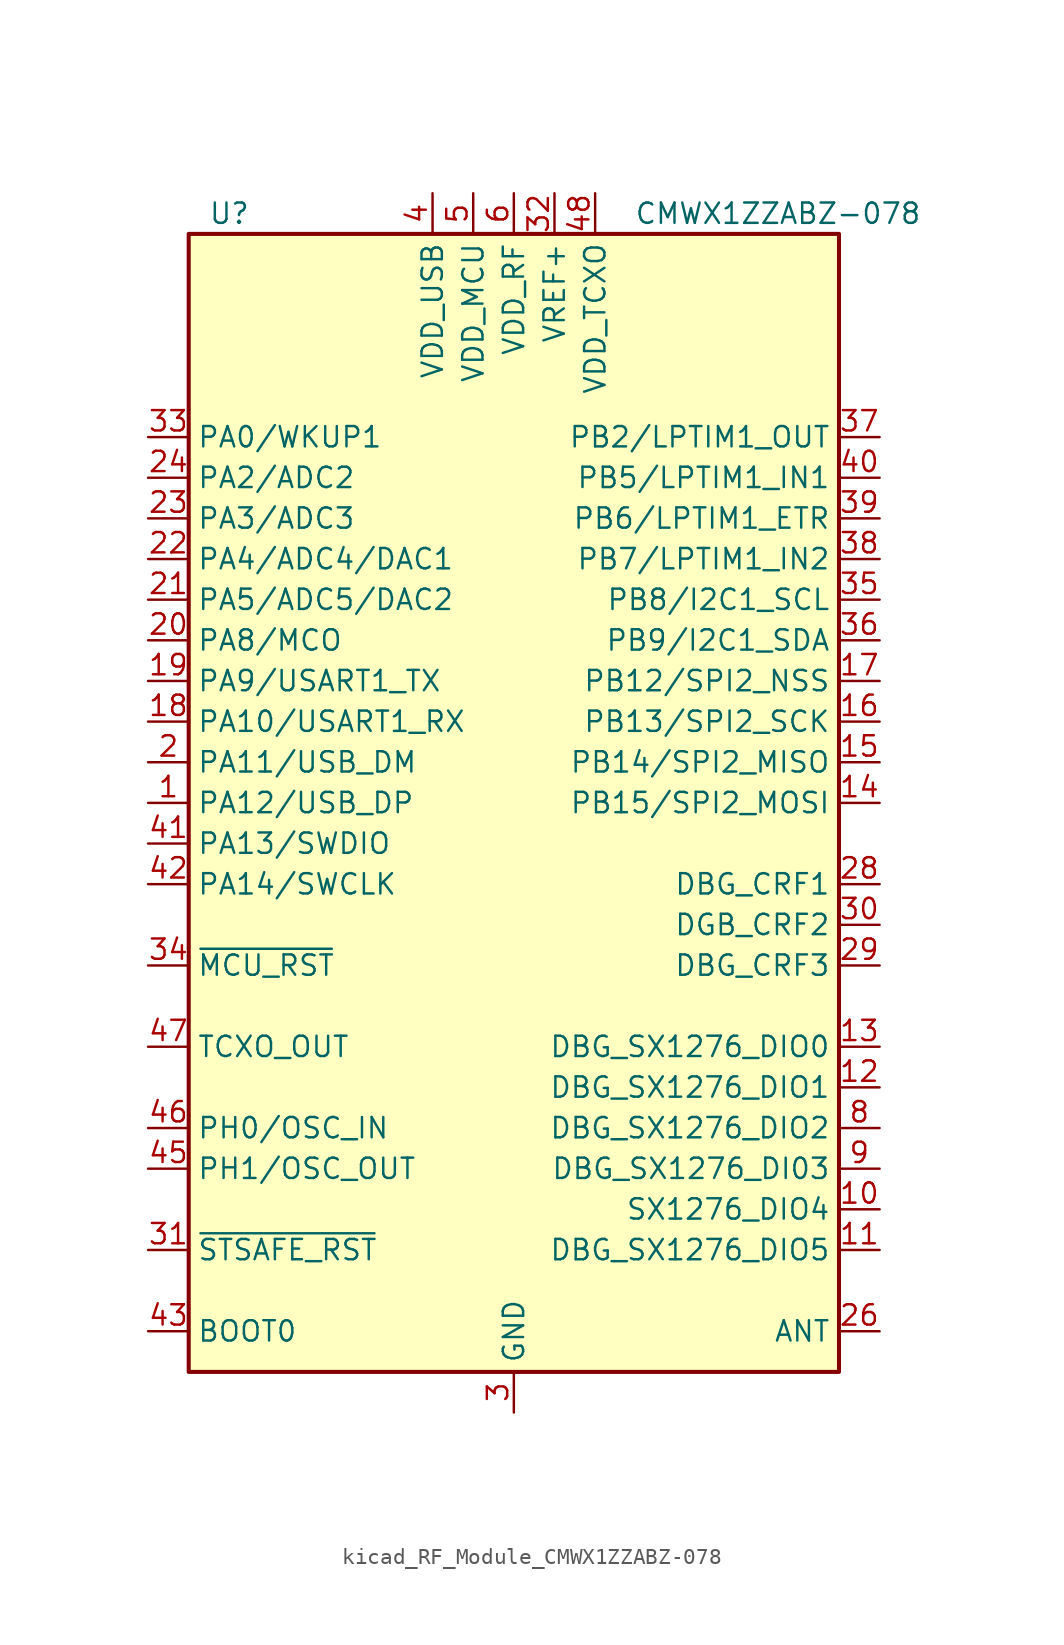
<source format=kicad_sym>
(kicad_symbol_lib
  (version 20220914)
  (generator kicad_symbol_editor)
  (symbol "kicad_RF_Module_CMWX1ZZABZ-078"
    (property "Reference" "U"
      (at -17.78 36.83 0)
      (effects (font (size 1.27 1.27))))
    (property "Value" "CMWX1ZZABZ-078"
      (at 16.51 36.83 0)
      (effects (font (size 1.27 1.27))))
    (symbol "kicad_RF_Module_CMWX1ZZABZ-078_0_1"
      (rectangle (start -20.32 35.56) (end 20.32 -35.56) (stroke (width 0.254) (type default)) (fill (type background))))
    (symbol "kicad_RF_Module_CMWX1ZZABZ-078_1_1"
      (pin bidirectional line (at -22.86 0 0) (length 2.54) (name "PA12/USB_DP" (effects (font (size 1.27 1.27)))) (number "1" (effects (font (size 1.27 1.27)))))
      (pin bidirectional line (at 22.86 -25.4 180) (length 2.54) (name "SX1276_DIO4" (effects (font (size 1.27 1.27)))) (number "10" (effects (font (size 1.27 1.27)))))
      (pin bidirectional line (at 22.86 -27.94 180) (length 2.54) (name "DBG_SX1276_DIO5" (effects (font (size 1.27 1.27)))) (number "11" (effects (font (size 1.27 1.27)))))
      (pin bidirectional line (at 22.86 -17.78 180) (length 2.54) (name "DBG_SX1276_DIO1" (effects (font (size 1.27 1.27)))) (number "12" (effects (font (size 1.27 1.27)))))
      (pin bidirectional line (at 22.86 -15.24 180) (length 2.54) (name "DBG_SX1276_DIO0" (effects (font (size 1.27 1.27)))) (number "13" (effects (font (size 1.27 1.27)))))
      (pin bidirectional line (at 22.86 0 180) (length 2.54) (name "PB15/SPI2_MOSI" (effects (font (size 1.27 1.27)))) (number "14" (effects (font (size 1.27 1.27)))))
      (pin bidirectional line (at 22.86 2.54 180) (length 2.54) (name "PB14/SPI2_MISO" (effects (font (size 1.27 1.27)))) (number "15" (effects (font (size 1.27 1.27)))))
      (pin bidirectional line (at 22.86 5.08 180) (length 2.54) (name "PB13/SPI2_SCK" (effects (font (size 1.27 1.27)))) (number "16" (effects (font (size 1.27 1.27)))))
      (pin bidirectional line (at 22.86 7.62 180) (length 2.54) (name "PB12/SPI2_NSS" (effects (font (size 1.27 1.27)))) (number "17" (effects (font (size 1.27 1.27)))))
      (pin bidirectional line (at -22.86 5.08 0) (length 2.54) (name "PA10/USART1_RX" (effects (font (size 1.27 1.27)))) (number "18" (effects (font (size 1.27 1.27)))))
      (pin bidirectional line (at -22.86 7.62 0) (length 2.54) (name "PA9/USART1_TX" (effects (font (size 1.27 1.27)))) (number "19" (effects (font (size 1.27 1.27)))))
      (pin bidirectional line (at -22.86 2.54 0) (length 2.54) (name "PA11/USB_DM" (effects (font (size 1.27 1.27)))) (number "2" (effects (font (size 1.27 1.27)))))
      (pin bidirectional line (at -22.86 10.16 0) (length 2.54) (name "PA8/MCO" (effects (font (size 1.27 1.27)))) (number "20" (effects (font (size 1.27 1.27)))))
      (pin bidirectional line (at -22.86 12.7 0) (length 2.54) (name "PA5/ADC5/DAC2" (effects (font (size 1.27 1.27)))) (number "21" (effects (font (size 1.27 1.27)))))
      (pin bidirectional line (at -22.86 15.24 0) (length 2.54) (name "PA4/ADC4/DAC1" (effects (font (size 1.27 1.27)))) (number "22" (effects (font (size 1.27 1.27)))))
      (pin bidirectional line (at -22.86 17.78 0) (length 2.54) (name "PA3/ADC3" (effects (font (size 1.27 1.27)))) (number "23" (effects (font (size 1.27 1.27)))))
      (pin bidirectional line (at -22.86 20.32 0) (length 2.54) (name "PA2/ADC2" (effects (font (size 1.27 1.27)))) (number "24" (effects (font (size 1.27 1.27)))))
      (pin passive line (at 0 -38.1 90) (length 2.54) hide (name "GND" (effects (font (size 1.27 1.27)))) (number "25" (effects (font (size 1.27 1.27)))))
      (pin passive line (at 22.86 -33.02 180) (length 2.54) (name "ANT" (effects (font (size 1.27 1.27)))) (number "26" (effects (font (size 1.27 1.27)))))
      (pin passive line (at 0 -38.1 90) (length 2.54) hide (name "GND" (effects (font (size 1.27 1.27)))) (number "27" (effects (font (size 1.27 1.27)))))
      (pin passive line (at 22.86 -5.08 180) (length 2.54) (name "DBG_CRF1" (effects (font (size 1.27 1.27)))) (number "28" (effects (font (size 1.27 1.27)))))
      (pin passive line (at 22.86 -10.16 180) (length 2.54) (name "DBG_CRF3" (effects (font (size 1.27 1.27)))) (number "29" (effects (font (size 1.27 1.27)))))
      (pin power_in line (at 0 -38.1 90) (length 2.54) (name "GND" (effects (font (size 1.27 1.27)))) (number "3" (effects (font (size 1.27 1.27)))))
      (pin passive line (at 22.86 -7.62 180) (length 2.54) (name "DGB_CRF2" (effects (font (size 1.27 1.27)))) (number "30" (effects (font (size 1.27 1.27)))))
      (pin passive line (at -22.86 -27.94 0) (length 2.54) (name "~{STSAFE_RST}" (effects (font (size 1.27 1.27)))) (number "31" (effects (font (size 1.27 1.27)))))
      (pin power_in line (at 2.54 38.1 270) (length 2.54) (name "VREF+" (effects (font (size 1.27 1.27)))) (number "32" (effects (font (size 1.27 1.27)))))
      (pin bidirectional line (at -22.86 22.86 0) (length 2.54) (name "PA0/WKUP1" (effects (font (size 1.27 1.27)))) (number "33" (effects (font (size 1.27 1.27)))))
      (pin input line (at -22.86 -10.16 0) (length 2.54) (name "~{MCU_RST}" (effects (font (size 1.27 1.27)))) (number "34" (effects (font (size 1.27 1.27)))))
      (pin bidirectional line (at 22.86 12.7 180) (length 2.54) (name "PB8/I2C1_SCL" (effects (font (size 1.27 1.27)))) (number "35" (effects (font (size 1.27 1.27)))))
      (pin bidirectional line (at 22.86 10.16 180) (length 2.54) (name "PB9/I2C1_SDA" (effects (font (size 1.27 1.27)))) (number "36" (effects (font (size 1.27 1.27)))))
      (pin bidirectional line (at 22.86 22.86 180) (length 2.54) (name "PB2/LPTIM1_OUT" (effects (font (size 1.27 1.27)))) (number "37" (effects (font (size 1.27 1.27)))))
      (pin bidirectional line (at 22.86 15.24 180) (length 2.54) (name "PB7/LPTIM1_IN2" (effects (font (size 1.27 1.27)))) (number "38" (effects (font (size 1.27 1.27)))))
      (pin bidirectional line (at 22.86 17.78 180) (length 2.54) (name "PB6/LPTIM1_ETR" (effects (font (size 1.27 1.27)))) (number "39" (effects (font (size 1.27 1.27)))))
      (pin power_in line (at -5.08 38.1 270) (length 2.54) (name "VDD_USB" (effects (font (size 1.27 1.27)))) (number "4" (effects (font (size 1.27 1.27)))))
      (pin bidirectional line (at 22.86 20.32 180) (length 2.54) (name "PB5/LPTIM1_IN1" (effects (font (size 1.27 1.27)))) (number "40" (effects (font (size 1.27 1.27)))))
      (pin bidirectional line (at -22.86 -2.54 0) (length 2.54) (name "PA13/SWDIO" (effects (font (size 1.27 1.27)))) (number "41" (effects (font (size 1.27 1.27)))))
      (pin bidirectional line (at -22.86 -5.08 0) (length 2.54) (name "PA14/SWCLK" (effects (font (size 1.27 1.27)))) (number "42" (effects (font (size 1.27 1.27)))))
      (pin input line (at -22.86 -33.02 0) (length 2.54) (name "BOOT0" (effects (font (size 1.27 1.27)))) (number "43" (effects (font (size 1.27 1.27)))))
      (pin passive line (at 0 -38.1 90) (length 2.54) hide (name "GND" (effects (font (size 1.27 1.27)))) (number "44" (effects (font (size 1.27 1.27)))))
      (pin bidirectional line (at -22.86 -22.86 0) (length 2.54) (name "PH1/OSC_OUT" (effects (font (size 1.27 1.27)))) (number "45" (effects (font (size 1.27 1.27)))))
      (pin bidirectional line (at -22.86 -20.32 0) (length 2.54) (name "PH0/OSC_IN" (effects (font (size 1.27 1.27)))) (number "46" (effects (font (size 1.27 1.27)))))
      (pin output line (at -22.86 -15.24 0) (length 2.54) (name "TCXO_OUT" (effects (font (size 1.27 1.27)))) (number "47" (effects (font (size 1.27 1.27)))))
      (pin power_in line (at 5.08 38.1 270) (length 2.54) (name "VDD_TCXO" (effects (font (size 1.27 1.27)))) (number "48" (effects (font (size 1.27 1.27)))))
      (pin passive line (at 0 -38.1 90) (length 2.54) hide (name "GND" (effects (font (size 1.27 1.27)))) (number "49" (effects (font (size 1.27 1.27)))))
      (pin power_in line (at -2.54 38.1 270) (length 2.54) (name "VDD_MCU" (effects (font (size 1.27 1.27)))) (number "5" (effects (font (size 1.27 1.27)))))
      (pin passive line (at 0 -38.1 90) (length 2.54) hide (name "GND" (effects (font (size 1.27 1.27)))) (number "50" (effects (font (size 1.27 1.27)))))
      (pin passive line (at 0 -38.1 90) (length 2.54) hide (name "GND" (effects (font (size 1.27 1.27)))) (number "51" (effects (font (size 1.27 1.27)))))
      (pin passive line (at 0 -38.1 90) (length 2.54) hide (name "GND" (effects (font (size 1.27 1.27)))) (number "52" (effects (font (size 1.27 1.27)))))
      (pin passive line (at 0 -38.1 90) (length 2.54) hide (name "GND" (effects (font (size 1.27 1.27)))) (number "53" (effects (font (size 1.27 1.27)))))
      (pin passive line (at 0 -38.1 90) (length 2.54) hide (name "GND" (effects (font (size 1.27 1.27)))) (number "54" (effects (font (size 1.27 1.27)))))
      (pin passive line (at 0 -38.1 90) (length 2.54) hide (name "GND" (effects (font (size 1.27 1.27)))) (number "55" (effects (font (size 1.27 1.27)))))
      (pin passive line (at 0 -38.1 90) (length 2.54) hide (name "GND" (effects (font (size 1.27 1.27)))) (number "56" (effects (font (size 1.27 1.27)))))
      (pin passive line (at 0 -38.1 90) (length 2.54) hide (name "GND" (effects (font (size 1.27 1.27)))) (number "57" (effects (font (size 1.27 1.27)))))
      (pin power_in line (at 0 38.1 270) (length 2.54) (name "VDD_RF" (effects (font (size 1.27 1.27)))) (number "6" (effects (font (size 1.27 1.27)))))
      (pin passive line (at 0 -38.1 90) (length 2.54) hide (name "GND" (effects (font (size 1.27 1.27)))) (number "7" (effects (font (size 1.27 1.27)))))
      (pin bidirectional line (at 22.86 -20.32 180) (length 2.54) (name "DBG_SX1276_DIO2" (effects (font (size 1.27 1.27)))) (number "8" (effects (font (size 1.27 1.27)))))
      (pin bidirectional line (at 22.86 -22.86 180) (length 2.54) (name "DBG_SX1276_DI03" (effects (font (size 1.27 1.27)))) (number "9" (effects (font (size 1.27 1.27))))))))
</source>
